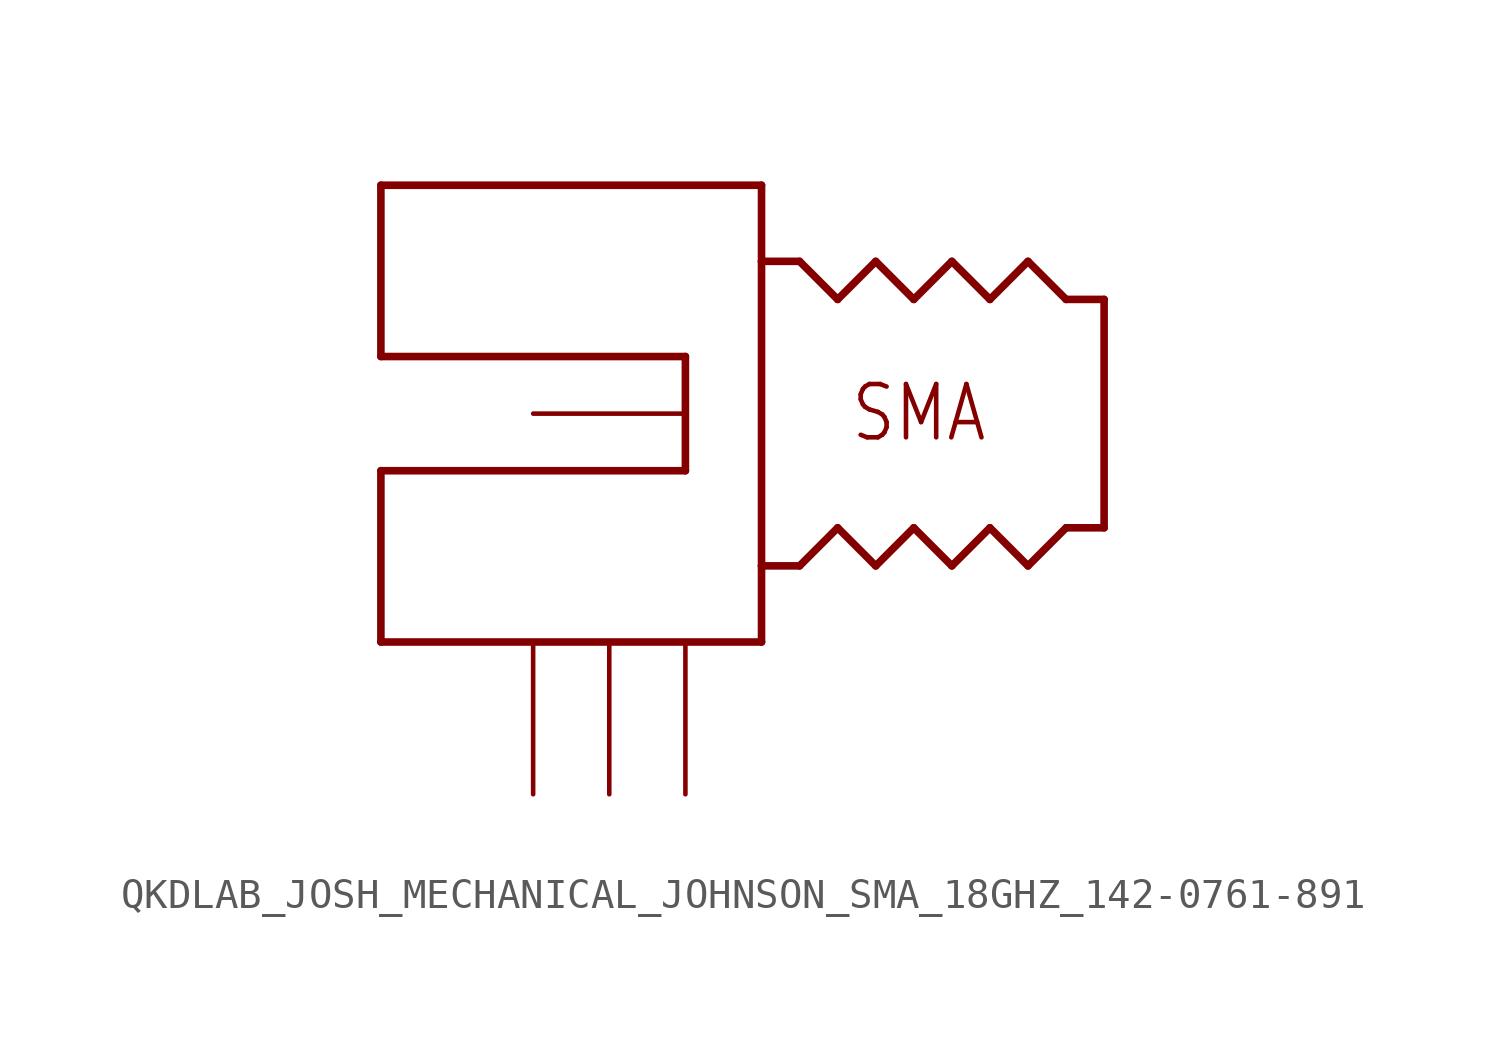
<source format=kicad_sym>
(kicad_symbol_lib
  (version 20231120)
  (generator "kicad_symbol_editor")
  (generator_version "8.0")
  (symbol "QKDLAB_JOSH_MECHANICAL_JOHNSON_SMA_18GHZ_142-0761-891"
    (property "Reference" "J"
      (at 0 0 0)
      (effects (font (size 1.27 1.27)) (hide yes)))
    (property "ki_locked" ""
      (at 0 0 0)
      (effects (font (size 1.27 1.27))))
    (symbol "QKDLAB_JOSH_MECHANICAL_JOHNSON_SMA_18GHZ_142-0761-891_1_0"
      (polyline (pts (xy -20.32 -7.62) (xy -20.32 -1.905)) (stroke (width 0.254) (type solid)) (fill (type none)))
      (polyline (pts (xy -20.32 -1.905) (xy -10.16 -1.905)) (stroke (width 0.254) (type solid)) (fill (type none)))
      (polyline (pts (xy -20.32 1.905) (xy -20.32 7.62)) (stroke (width 0.254) (type solid)) (fill (type none)))
      (polyline (pts (xy -20.32 7.62) (xy -7.62 7.62)) (stroke (width 0.254) (type solid)) (fill (type none)))
      (polyline (pts (xy -10.16 -1.905) (xy -10.16 1.905)) (stroke (width 0.254) (type solid)) (fill (type none)))
      (polyline (pts (xy -10.16 1.905) (xy -20.32 1.905)) (stroke (width 0.254) (type solid)) (fill (type none)))
      (polyline (pts (xy -7.62 -7.62) (xy -20.32 -7.62)) (stroke (width 0.254) (type solid)) (fill (type none)))
      (polyline (pts (xy -7.62 -5.08) (xy -7.62 -7.62)) (stroke (width 0.254) (type solid)) (fill (type none)))
      (polyline (pts (xy -7.62 -5.08) (xy -6.35 -5.08)) (stroke (width 0.254) (type solid)) (fill (type none)))
      (polyline (pts (xy -7.62 5.08) (xy -7.62 -5.08)) (stroke (width 0.254) (type solid)) (fill (type none)))
      (polyline (pts (xy -7.62 7.62) (xy -7.62 5.08)) (stroke (width 0.254) (type solid)) (fill (type none)))
      (polyline (pts (xy -6.35 -5.08) (xy -5.08 -3.81)) (stroke (width 0.254) (type solid)) (fill (type none)))
      (polyline (pts (xy -6.35 5.08) (xy -7.62 5.08)) (stroke (width 0.254) (type solid)) (fill (type none)))
      (polyline (pts (xy -5.08 -3.81) (xy -3.81 -5.08)) (stroke (width 0.254) (type solid)) (fill (type none)))
      (polyline (pts (xy -5.08 3.81) (xy -6.35 5.08)) (stroke (width 0.254) (type solid)) (fill (type none)))
      (polyline (pts (xy -3.81 -5.08) (xy -2.54 -3.81)) (stroke (width 0.254) (type solid)) (fill (type none)))
      (polyline (pts (xy -3.81 5.08) (xy -5.08 3.81)) (stroke (width 0.254) (type solid)) (fill (type none)))
      (polyline (pts (xy -2.54 -3.81) (xy -1.27 -5.08)) (stroke (width 0.254) (type solid)) (fill (type none)))
      (polyline (pts (xy -2.54 3.81) (xy -3.81 5.08)) (stroke (width 0.254) (type solid)) (fill (type none)))
      (polyline (pts (xy -1.27 -5.08) (xy 0 -3.81)) (stroke (width 0.254) (type solid)) (fill (type none)))
      (polyline (pts (xy -1.27 5.08) (xy -2.54 3.81)) (stroke (width 0.254) (type solid)) (fill (type none)))
      (polyline (pts (xy 0 -3.81) (xy 1.27 -5.08)) (stroke (width 0.254) (type solid)) (fill (type none)))
      (polyline (pts (xy 0 3.81) (xy -1.27 5.08)) (stroke (width 0.254) (type solid)) (fill (type none)))
      (polyline (pts (xy 1.27 5.08) (xy 0 3.81)) (stroke (width 0.254) (type solid)) (fill (type none)))
      (polyline (pts (xy 1.27 5.08) (xy 2.54 3.81)) (stroke (width 0.254) (type solid)) (fill (type none)))
      (polyline (pts (xy 2.54 -3.81) (xy 1.27 -5.08)) (stroke (width 0.254) (type solid)) (fill (type none)))
      (polyline (pts (xy 2.54 3.81) (xy 3.81 3.81)) (stroke (width 0.254) (type solid)) (fill (type none)))
      (polyline (pts (xy 3.81 -3.81) (xy 2.54 -3.81)) (stroke (width 0.254) (type solid)) (fill (type none)))
      (polyline (pts (xy 3.81 3.81) (xy 3.81 -3.81)) (stroke (width 0.254) (type solid)) (fill (type none)))
      (text "SMA" (at -4.699 -1.016 0) (effects (font (size 1.778 1.511)) (justify left bottom)))
      (pin bidirectional line (at -15.24 0 0) (length 5.08) (name "SIG" (effects (font (size 0 0)))) (number "P$1" (effects (font (size 0 0)))))
      (pin bidirectional line (at -15.24 -12.7 90) (length 5.08) (name "GND@1" (effects (font (size 0 0)))) (number "P$2" (effects (font (size 0 0)))))
      (pin bidirectional line (at -12.7 -12.7 90) (length 5.08) (name "GND@2" (effects (font (size 0 0)))) (number "P$3" (effects (font (size 0 0)))))
      (pin bidirectional line (at -10.16 -12.7 90) (length 5.08) (name "GND@3" (effects (font (size 0 0)))) (number "P$4" (effects (font (size 0 0))))))))
</source>
